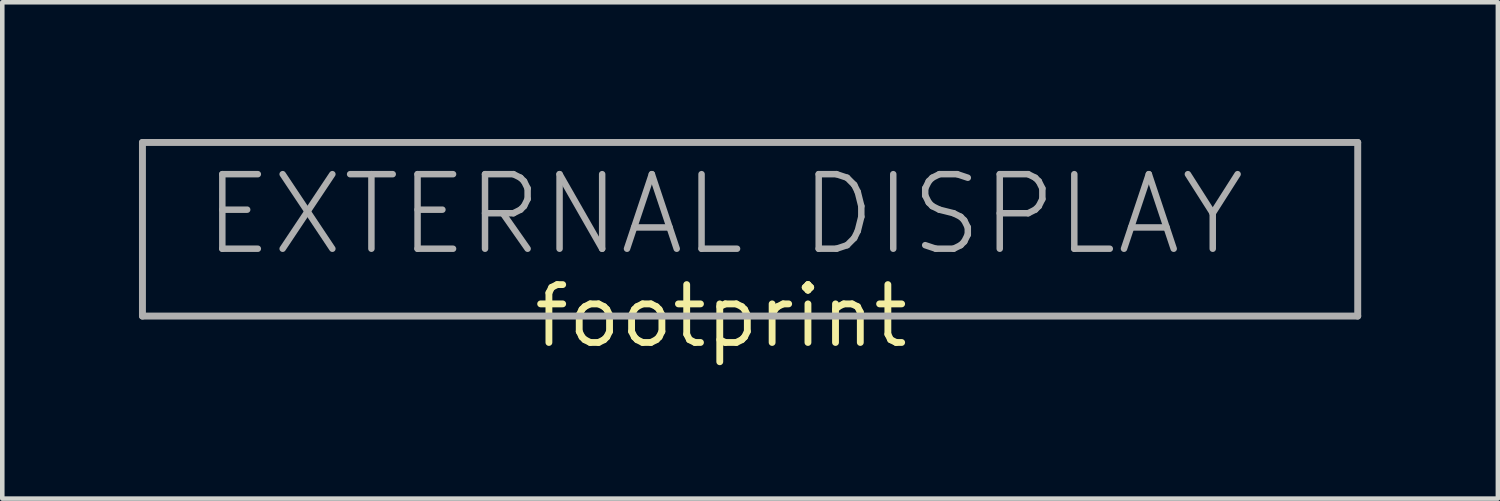
<source format=kicad_pcb>
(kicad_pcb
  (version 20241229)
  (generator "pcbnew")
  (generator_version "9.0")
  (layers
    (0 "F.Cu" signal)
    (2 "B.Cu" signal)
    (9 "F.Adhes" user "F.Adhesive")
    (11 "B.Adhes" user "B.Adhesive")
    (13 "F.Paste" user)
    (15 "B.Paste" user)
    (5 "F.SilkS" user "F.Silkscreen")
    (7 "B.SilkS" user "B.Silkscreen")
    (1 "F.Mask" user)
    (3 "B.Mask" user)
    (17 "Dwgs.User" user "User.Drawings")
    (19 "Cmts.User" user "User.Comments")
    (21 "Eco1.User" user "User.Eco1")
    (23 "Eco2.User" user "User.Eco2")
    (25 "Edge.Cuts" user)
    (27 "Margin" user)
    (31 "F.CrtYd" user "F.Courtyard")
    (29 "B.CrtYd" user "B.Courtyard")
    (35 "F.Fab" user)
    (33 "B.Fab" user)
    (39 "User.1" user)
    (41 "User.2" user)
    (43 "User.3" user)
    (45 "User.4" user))
  (footprint "footprint"
    (layer "F.Cu")
    (at 12.776 3.886)
    (property "Reference" "footprint" (at 0 0 0) (layer "F.SilkS") (effects (font (size 1.27 1.27) (thickness 0.15))))
    (fp_line (start -12.7 -3.81) (end 13.97 -3.81) (stroke (width 0.152) (type solid)) (layer "F.Fab"))
    (fp_line (start -12.7 0) (end -12.7 -3.81) (stroke (width 0.152) (type solid)) (layer "F.Fab"))
    (fp_line (start 13.97 -3.81) (end 13.97 0) (stroke (width 0.152) (type solid)) (layer "F.Fab"))
    (fp_line (start 13.97 0) (end -12.7 0) (stroke (width 0.152) (type solid)) (layer "F.Fab"))
    (fp_text user "EXTERNAL DISPLAY" (at -11.43 -1.27 0) (layer "F.Fab") (effects (font (size 1.636 1.636) (thickness 0.142)) (justify left bottom))))
  (gr_rect
    (start -3 -3)
    (end 29.822 7.892)
    (stroke (width 0.1) (type default))
    (fill no)
    (layer "Edge.Cuts")))
</source>
